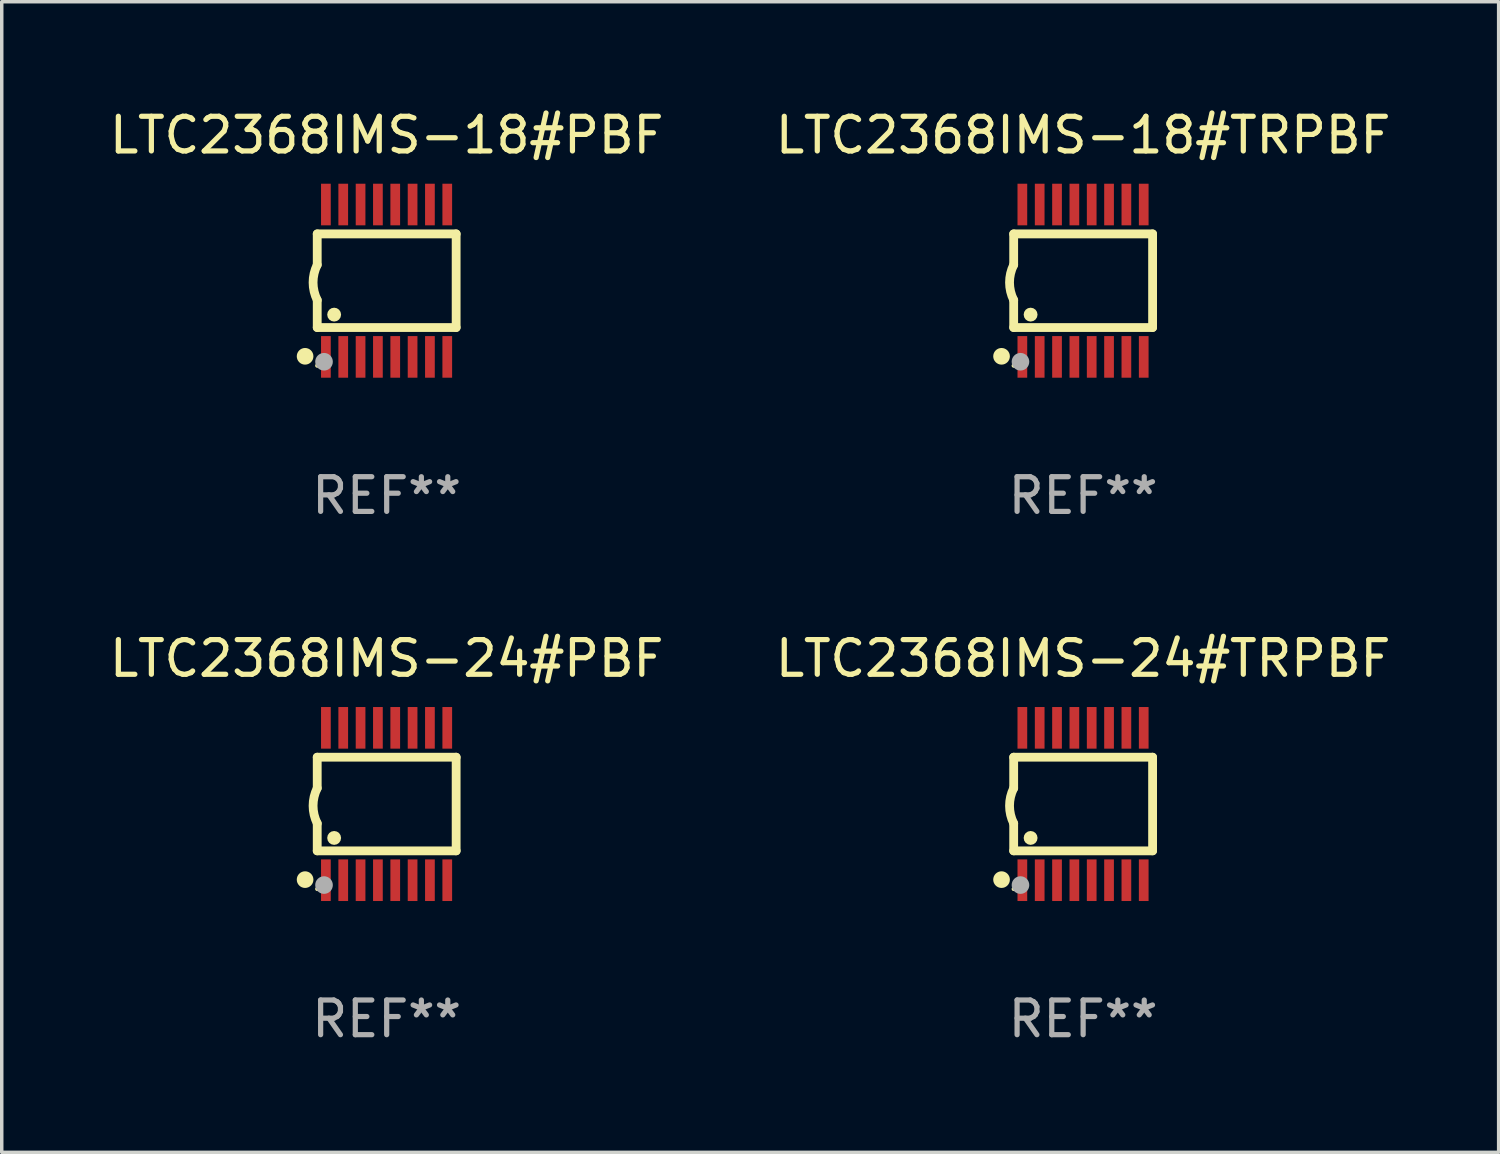
<source format=kicad_pcb>
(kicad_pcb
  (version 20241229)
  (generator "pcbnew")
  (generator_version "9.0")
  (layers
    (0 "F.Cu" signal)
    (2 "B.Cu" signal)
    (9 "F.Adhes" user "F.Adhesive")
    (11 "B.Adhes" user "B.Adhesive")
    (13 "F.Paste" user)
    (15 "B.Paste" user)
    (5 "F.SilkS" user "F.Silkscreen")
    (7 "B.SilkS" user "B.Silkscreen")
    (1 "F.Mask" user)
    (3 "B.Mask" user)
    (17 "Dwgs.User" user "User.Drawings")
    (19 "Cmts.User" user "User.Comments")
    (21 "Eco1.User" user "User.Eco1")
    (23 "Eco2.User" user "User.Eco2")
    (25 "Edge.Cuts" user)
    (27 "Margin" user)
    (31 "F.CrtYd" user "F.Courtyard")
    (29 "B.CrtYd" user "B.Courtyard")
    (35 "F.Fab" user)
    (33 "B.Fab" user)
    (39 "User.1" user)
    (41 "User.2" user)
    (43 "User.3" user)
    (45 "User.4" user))
  (footprint "LTC2368IMS-18#PBF"
    (layer "F.Cu")
    (at 8.101 5.045)
    (property "Reference" "LTC2368IMS-18#PBF" (at 0 -4.197 0) (layer "F.SilkS") (effects (font (size 1 1) (thickness 0.15))))
    (attr through_hole)
    (fp_line (start -2.003 -1.35) (end -2.003 -0.457) (stroke (width 0.254) (type solid)) (layer "F.SilkS"))
    (fp_line (start -2.003 -1.35) (end 2.003 -1.35) (stroke (width 0.254) (type solid)) (layer "F.SilkS"))
    (fp_line (start -2.003 1.35) (end -2.003 0.559) (stroke (width 0.254) (type solid)) (layer "F.SilkS"))
    (fp_line (start -2.003 1.35) (end 2.003 1.35) (stroke (width 0.254) (type solid)) (layer "F.SilkS"))
    (fp_line (start 2.003 -1.35) (end 2.003 1.35) (stroke (width 0.254) (type solid)) (layer "F.SilkS"))
    (fp_arc (start -2.002286 0.558802) (mid -2.122556 0.05092) (end -2.003302 -0.457201) (stroke (width 0.254001) (type solid)) (layer "F.SilkS"))
    (fp_circle (center -2.353 2.18) (end -2.233 2.18) (stroke (width 0.24) (type solid)) (fill no) (layer "F.SilkS"))
    (fp_circle (center -2.003 2.45) (end -1.973 2.45) (stroke (width 0.06) (type solid)) (fill no) (layer "F.SilkS"))
    (fp_circle (center -1.515 0.978) (end -1.415 0.978) (stroke (width 0.2) (type solid)) (fill no) (layer "F.SilkS"))
    (fp_circle (center -1.807 2.337) (end -1.68 2.337) (stroke (width 0.254) (type solid)) (fill no) (layer "F.Fab"))
    (fp_text user "REF**" (at 0 6.197 0) (layer "F.Fab") (effects (font (size 1 1) (thickness 0.15))))
    (pad "1" smd rect (at -1.753 2.197 90) (size 1.2 0.28) (layers "F.Cu" "F.Mask" "F.Paste"))
    (pad "2" smd rect (at -1.253 2.197 90) (size 1.2 0.28) (layers "F.Cu" "F.Mask" "F.Paste"))
    (pad "3" smd rect (at -0.753 2.197 90) (size 1.2 0.28) (layers "F.Cu" "F.Mask" "F.Paste"))
    (pad "4" smd rect (at -0.253 2.197 90) (size 1.2 0.28) (layers "F.Cu" "F.Mask" "F.Paste"))
    (pad "5" smd rect (at 0.247 2.197 90) (size 1.2 0.28) (layers "F.Cu" "F.Mask" "F.Paste"))
    (pad "6" smd rect (at 0.747 2.197 90) (size 1.2 0.28) (layers "F.Cu" "F.Mask" "F.Paste"))
    (pad "7" smd rect (at 1.247 2.197 90) (size 1.2 0.28) (layers "F.Cu" "F.Mask" "F.Paste"))
    (pad "8" smd rect (at 1.747 2.197 90) (size 1.2 0.28) (layers "F.Cu" "F.Mask" "F.Paste"))
    (pad "9" smd rect (at 1.747 -2.197 90) (size 1.2 0.28) (layers "F.Cu" "F.Mask" "F.Paste"))
    (pad "10" smd rect (at 1.247 -2.197 90) (size 1.2 0.28) (layers "F.Cu" "F.Mask" "F.Paste"))
    (pad "11" smd rect (at 0.747 -2.197 90) (size 1.2 0.28) (layers "F.Cu" "F.Mask" "F.Paste"))
    (pad "12" smd rect (at 0.247 -2.197 90) (size 1.2 0.28) (layers "F.Cu" "F.Mask" "F.Paste"))
    (pad "13" smd rect (at -0.253 -2.197 90) (size 1.2 0.28) (layers "F.Cu" "F.Mask" "F.Paste"))
    (pad "14" smd rect (at -0.753 -2.197 90) (size 1.2 0.28) (layers "F.Cu" "F.Mask" "F.Paste"))
    (pad "15" smd rect (at -1.253 -2.197 90) (size 1.2 0.28) (layers "F.Cu" "F.Mask" "F.Paste"))
    (pad "16" smd rect (at -1.753 -2.197 90) (size 1.2 0.28) (layers "F.Cu" "F.Mask" "F.Paste")))
  (footprint "LTC2368IMS-18#TRPBF"
    (layer "F.Cu")
    (at 28.185 5.045)
    (property "Reference" "LTC2368IMS-18#TRPBF" (at 0 -4.197 0) (layer "F.SilkS") (effects (font (size 1 1) (thickness 0.15))))
    (attr through_hole)
    (fp_line (start -2.003 -1.35) (end -2.003 -0.457) (stroke (width 0.254) (type solid)) (layer "F.SilkS"))
    (fp_line (start -2.003 -1.35) (end 2.003 -1.35) (stroke (width 0.254) (type solid)) (layer "F.SilkS"))
    (fp_line (start -2.003 1.35) (end -2.003 0.559) (stroke (width 0.254) (type solid)) (layer "F.SilkS"))
    (fp_line (start -2.003 1.35) (end 2.003 1.35) (stroke (width 0.254) (type solid)) (layer "F.SilkS"))
    (fp_line (start 2.003 -1.35) (end 2.003 1.35) (stroke (width 0.254) (type solid)) (layer "F.SilkS"))
    (fp_arc (start -2.002286 0.558802) (mid -2.122556 0.05092) (end -2.003302 -0.457201) (stroke (width 0.254001) (type solid)) (layer "F.SilkS"))
    (fp_circle (center -2.353 2.18) (end -2.233 2.18) (stroke (width 0.24) (type solid)) (fill no) (layer "F.SilkS"))
    (fp_circle (center -2.003 2.45) (end -1.973 2.45) (stroke (width 0.06) (type solid)) (fill no) (layer "F.SilkS"))
    (fp_circle (center -1.515 0.978) (end -1.415 0.978) (stroke (width 0.2) (type solid)) (fill no) (layer "F.SilkS"))
    (fp_circle (center -1.807 2.337) (end -1.68 2.337) (stroke (width 0.254) (type solid)) (fill no) (layer "F.Fab"))
    (fp_text user "REF**" (at 0 6.197 0) (layer "F.Fab") (effects (font (size 1 1) (thickness 0.15))))
    (pad "1" smd rect (at -1.753 2.197 90) (size 1.2 0.28) (layers "F.Cu" "F.Mask" "F.Paste"))
    (pad "2" smd rect (at -1.253 2.197 90) (size 1.2 0.28) (layers "F.Cu" "F.Mask" "F.Paste"))
    (pad "3" smd rect (at -0.753 2.197 90) (size 1.2 0.28) (layers "F.Cu" "F.Mask" "F.Paste"))
    (pad "4" smd rect (at -0.253 2.197 90) (size 1.2 0.28) (layers "F.Cu" "F.Mask" "F.Paste"))
    (pad "5" smd rect (at 0.247 2.197 90) (size 1.2 0.28) (layers "F.Cu" "F.Mask" "F.Paste"))
    (pad "6" smd rect (at 0.747 2.197 90) (size 1.2 0.28) (layers "F.Cu" "F.Mask" "F.Paste"))
    (pad "7" smd rect (at 1.247 2.197 90) (size 1.2 0.28) (layers "F.Cu" "F.Mask" "F.Paste"))
    (pad "8" smd rect (at 1.747 2.197 90) (size 1.2 0.28) (layers "F.Cu" "F.Mask" "F.Paste"))
    (pad "9" smd rect (at 1.747 -2.197 90) (size 1.2 0.28) (layers "F.Cu" "F.Mask" "F.Paste"))
    (pad "10" smd rect (at 1.247 -2.197 90) (size 1.2 0.28) (layers "F.Cu" "F.Mask" "F.Paste"))
    (pad "11" smd rect (at 0.747 -2.197 90) (size 1.2 0.28) (layers "F.Cu" "F.Mask" "F.Paste"))
    (pad "12" smd rect (at 0.247 -2.197 90) (size 1.2 0.28) (layers "F.Cu" "F.Mask" "F.Paste"))
    (pad "13" smd rect (at -0.253 -2.197 90) (size 1.2 0.28) (layers "F.Cu" "F.Mask" "F.Paste"))
    (pad "14" smd rect (at -0.753 -2.197 90) (size 1.2 0.28) (layers "F.Cu" "F.Mask" "F.Paste"))
    (pad "15" smd rect (at -1.253 -2.197 90) (size 1.2 0.28) (layers "F.Cu" "F.Mask" "F.Paste"))
    (pad "16" smd rect (at -1.753 -2.197 90) (size 1.2 0.28) (layers "F.Cu" "F.Mask" "F.Paste")))
  (footprint "LTC2368IMS-24#PBF"
    (layer "F.Cu")
    (at 8.101 20.136)
    (property "Reference" "LTC2368IMS-24#PBF" (at 0 -4.197 0) (layer "F.SilkS") (effects (font (size 1 1) (thickness 0.15))))
    (attr through_hole)
    (fp_line (start -2.003 -1.35) (end -2.003 -0.457) (stroke (width 0.254) (type solid)) (layer "F.SilkS"))
    (fp_line (start -2.003 -1.35) (end 2.003 -1.35) (stroke (width 0.254) (type solid)) (layer "F.SilkS"))
    (fp_line (start -2.003 1.35) (end -2.003 0.559) (stroke (width 0.254) (type solid)) (layer "F.SilkS"))
    (fp_line (start -2.003 1.35) (end 2.003 1.35) (stroke (width 0.254) (type solid)) (layer "F.SilkS"))
    (fp_line (start 2.003 -1.35) (end 2.003 1.35) (stroke (width 0.254) (type solid)) (layer "F.SilkS"))
    (fp_arc (start -2.002286 0.558802) (mid -2.122556 0.05092) (end -2.003302 -0.457201) (stroke (width 0.254001) (type solid)) (layer "F.SilkS"))
    (fp_circle (center -2.353 2.18) (end -2.233 2.18) (stroke (width 0.24) (type solid)) (fill no) (layer "F.SilkS"))
    (fp_circle (center -2.003 2.45) (end -1.973 2.45) (stroke (width 0.06) (type solid)) (fill no) (layer "F.SilkS"))
    (fp_circle (center -1.515 0.978) (end -1.415 0.978) (stroke (width 0.2) (type solid)) (fill no) (layer "F.SilkS"))
    (fp_circle (center -1.807 2.337) (end -1.68 2.337) (stroke (width 0.254) (type solid)) (fill no) (layer "F.Fab"))
    (fp_text user "REF**" (at 0 6.197 0) (layer "F.Fab") (effects (font (size 1 1) (thickness 0.15))))
    (pad "1" smd rect (at -1.753 2.197 90) (size 1.2 0.28) (layers "F.Cu" "F.Mask" "F.Paste"))
    (pad "2" smd rect (at -1.253 2.197 90) (size 1.2 0.28) (layers "F.Cu" "F.Mask" "F.Paste"))
    (pad "3" smd rect (at -0.753 2.197 90) (size 1.2 0.28) (layers "F.Cu" "F.Mask" "F.Paste"))
    (pad "4" smd rect (at -0.253 2.197 90) (size 1.2 0.28) (layers "F.Cu" "F.Mask" "F.Paste"))
    (pad "5" smd rect (at 0.247 2.197 90) (size 1.2 0.28) (layers "F.Cu" "F.Mask" "F.Paste"))
    (pad "6" smd rect (at 0.747 2.197 90) (size 1.2 0.28) (layers "F.Cu" "F.Mask" "F.Paste"))
    (pad "7" smd rect (at 1.247 2.197 90) (size 1.2 0.28) (layers "F.Cu" "F.Mask" "F.Paste"))
    (pad "8" smd rect (at 1.747 2.197 90) (size 1.2 0.28) (layers "F.Cu" "F.Mask" "F.Paste"))
    (pad "9" smd rect (at 1.747 -2.197 90) (size 1.2 0.28) (layers "F.Cu" "F.Mask" "F.Paste"))
    (pad "10" smd rect (at 1.247 -2.197 90) (size 1.2 0.28) (layers "F.Cu" "F.Mask" "F.Paste"))
    (pad "11" smd rect (at 0.747 -2.197 90) (size 1.2 0.28) (layers "F.Cu" "F.Mask" "F.Paste"))
    (pad "12" smd rect (at 0.247 -2.197 90) (size 1.2 0.28) (layers "F.Cu" "F.Mask" "F.Paste"))
    (pad "13" smd rect (at -0.253 -2.197 90) (size 1.2 0.28) (layers "F.Cu" "F.Mask" "F.Paste"))
    (pad "14" smd rect (at -0.753 -2.197 90) (size 1.2 0.28) (layers "F.Cu" "F.Mask" "F.Paste"))
    (pad "15" smd rect (at -1.253 -2.197 90) (size 1.2 0.28) (layers "F.Cu" "F.Mask" "F.Paste"))
    (pad "16" smd rect (at -1.753 -2.197 90) (size 1.2 0.28) (layers "F.Cu" "F.Mask" "F.Paste")))
  (footprint "LTC2368IMS-24#TRPBF"
    (layer "F.Cu")
    (at 28.185 20.136)
    (property "Reference" "LTC2368IMS-24#TRPBF" (at 0 -4.197 0) (layer "F.SilkS") (effects (font (size 1 1) (thickness 0.15))))
    (attr through_hole)
    (fp_line (start -2.003 -1.35) (end -2.003 -0.457) (stroke (width 0.254) (type solid)) (layer "F.SilkS"))
    (fp_line (start -2.003 -1.35) (end 2.003 -1.35) (stroke (width 0.254) (type solid)) (layer "F.SilkS"))
    (fp_line (start -2.003 1.35) (end -2.003 0.559) (stroke (width 0.254) (type solid)) (layer "F.SilkS"))
    (fp_line (start -2.003 1.35) (end 2.003 1.35) (stroke (width 0.254) (type solid)) (layer "F.SilkS"))
    (fp_line (start 2.003 -1.35) (end 2.003 1.35) (stroke (width 0.254) (type solid)) (layer "F.SilkS"))
    (fp_arc (start -2.002286 0.558802) (mid -2.122556 0.05092) (end -2.003302 -0.457201) (stroke (width 0.254001) (type solid)) (layer "F.SilkS"))
    (fp_circle (center -2.353 2.18) (end -2.233 2.18) (stroke (width 0.24) (type solid)) (fill no) (layer "F.SilkS"))
    (fp_circle (center -2.003 2.45) (end -1.973 2.45) (stroke (width 0.06) (type solid)) (fill no) (layer "F.SilkS"))
    (fp_circle (center -1.515 0.978) (end -1.415 0.978) (stroke (width 0.2) (type solid)) (fill no) (layer "F.SilkS"))
    (fp_circle (center -1.807 2.337) (end -1.68 2.337) (stroke (width 0.254) (type solid)) (fill no) (layer "F.Fab"))
    (fp_text user "REF**" (at 0 6.197 0) (layer "F.Fab") (effects (font (size 1 1) (thickness 0.15))))
    (pad "1" smd rect (at -1.753 2.197 90) (size 1.2 0.28) (layers "F.Cu" "F.Mask" "F.Paste"))
    (pad "2" smd rect (at -1.253 2.197 90) (size 1.2 0.28) (layers "F.Cu" "F.Mask" "F.Paste"))
    (pad "3" smd rect (at -0.753 2.197 90) (size 1.2 0.28) (layers "F.Cu" "F.Mask" "F.Paste"))
    (pad "4" smd rect (at -0.253 2.197 90) (size 1.2 0.28) (layers "F.Cu" "F.Mask" "F.Paste"))
    (pad "5" smd rect (at 0.247 2.197 90) (size 1.2 0.28) (layers "F.Cu" "F.Mask" "F.Paste"))
    (pad "6" smd rect (at 0.747 2.197 90) (size 1.2 0.28) (layers "F.Cu" "F.Mask" "F.Paste"))
    (pad "7" smd rect (at 1.247 2.197 90) (size 1.2 0.28) (layers "F.Cu" "F.Mask" "F.Paste"))
    (pad "8" smd rect (at 1.747 2.197 90) (size 1.2 0.28) (layers "F.Cu" "F.Mask" "F.Paste"))
    (pad "9" smd rect (at 1.747 -2.197 90) (size 1.2 0.28) (layers "F.Cu" "F.Mask" "F.Paste"))
    (pad "10" smd rect (at 1.247 -2.197 90) (size 1.2 0.28) (layers "F.Cu" "F.Mask" "F.Paste"))
    (pad "11" smd rect (at 0.747 -2.197 90) (size 1.2 0.28) (layers "F.Cu" "F.Mask" "F.Paste"))
    (pad "12" smd rect (at 0.247 -2.197 90) (size 1.2 0.28) (layers "F.Cu" "F.Mask" "F.Paste"))
    (pad "13" smd rect (at -0.253 -2.197 90) (size 1.2 0.28) (layers "F.Cu" "F.Mask" "F.Paste"))
    (pad "14" smd rect (at -0.753 -2.197 90) (size 1.2 0.28) (layers "F.Cu" "F.Mask" "F.Paste"))
    (pad "15" smd rect (at -1.253 -2.197 90) (size 1.2 0.28) (layers "F.Cu" "F.Mask" "F.Paste"))
    (pad "16" smd rect (at -1.753 -2.197 90) (size 1.2 0.28) (layers "F.Cu" "F.Mask" "F.Paste")))
  (gr_rect
    (start -3 -3)
    (end 40.167 30.181)
    (stroke (width 0.1) (type default))
    (fill no)
    (layer "Edge.Cuts")))
</source>
